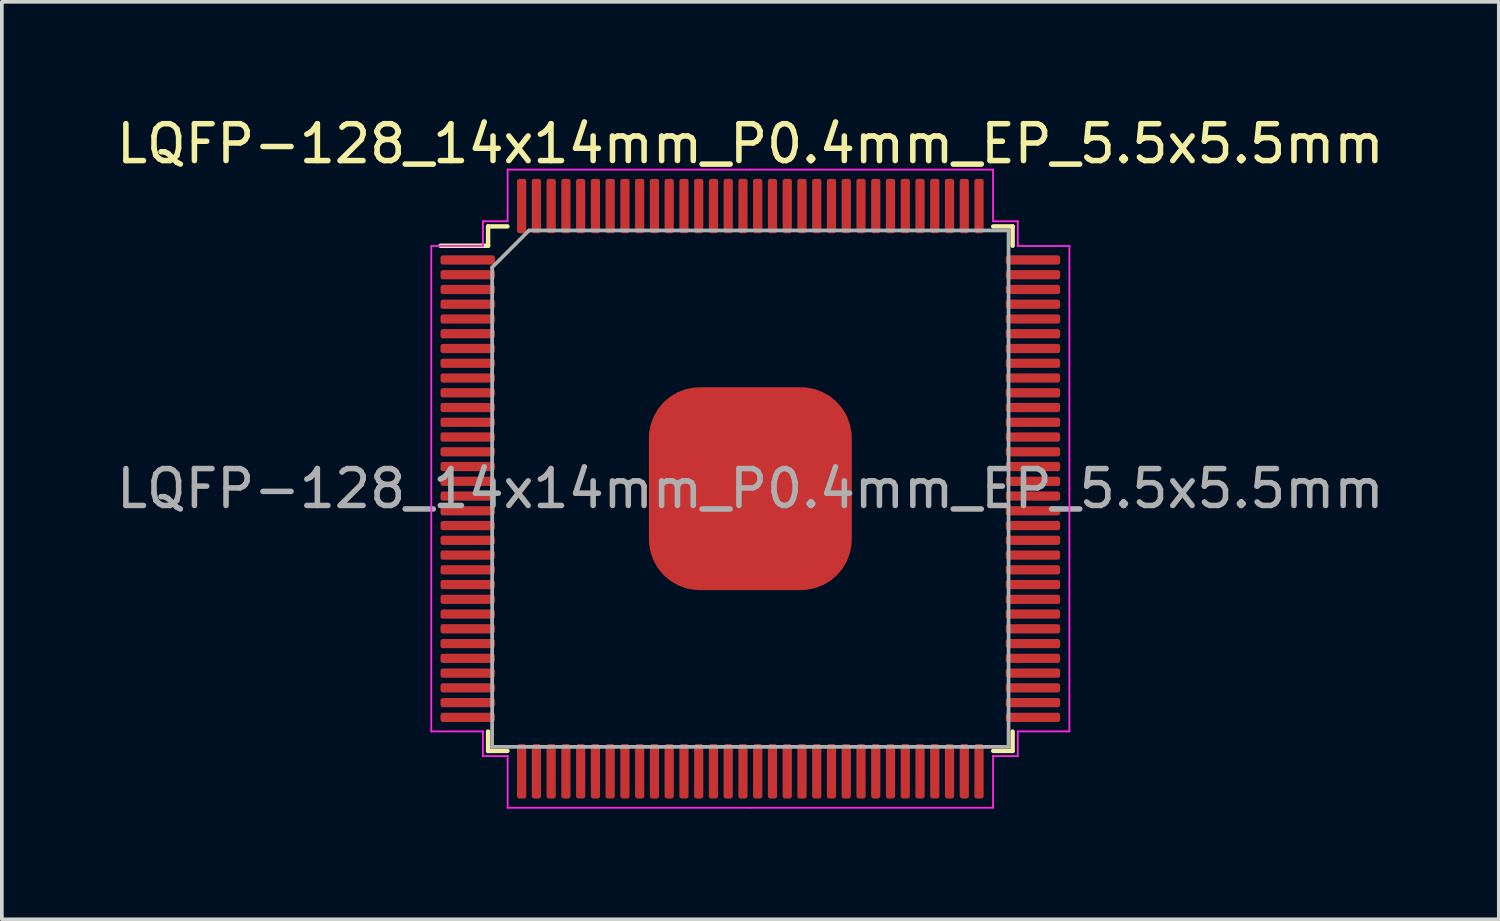
<source format=kicad_pcb>
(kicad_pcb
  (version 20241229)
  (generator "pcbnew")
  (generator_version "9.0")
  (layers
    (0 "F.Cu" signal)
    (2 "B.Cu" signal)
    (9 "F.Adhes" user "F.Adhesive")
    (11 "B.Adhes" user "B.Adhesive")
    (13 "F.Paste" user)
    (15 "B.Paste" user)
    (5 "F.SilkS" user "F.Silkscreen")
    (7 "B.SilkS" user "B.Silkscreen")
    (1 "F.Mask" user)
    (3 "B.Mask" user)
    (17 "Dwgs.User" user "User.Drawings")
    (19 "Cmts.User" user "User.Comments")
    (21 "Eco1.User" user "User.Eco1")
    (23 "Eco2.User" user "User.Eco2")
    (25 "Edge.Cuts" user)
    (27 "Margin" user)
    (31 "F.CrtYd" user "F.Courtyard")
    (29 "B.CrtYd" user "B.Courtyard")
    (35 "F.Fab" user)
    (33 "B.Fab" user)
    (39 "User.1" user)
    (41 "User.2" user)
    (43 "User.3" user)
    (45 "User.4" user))
  (footprint "LQFP-128_14x14mm_P0.4mm_EP_5.5x5.5mm"
    (layer "F.Cu")
    (at 17.292 10.198)
    (property "Reference" "LQFP-128_14x14mm_P0.4mm_EP_5.5x5.5mm" (at 0 -9.35 0) (layer "F.SilkS") (effects (font (size 1 1) (thickness 0.15))))
    (attr smd)
    (fp_line (start -7.11 -7.11) (end -7.11 -6.585) (stroke (width 0.12) (type solid)) (layer "F.SilkS"))
    (fp_line (start -7.11 -6.585) (end -8.4 -6.585) (stroke (width 0.12) (type solid)) (layer "F.SilkS"))
    (fp_line (start -7.11 7.11) (end -7.11 6.585) (stroke (width 0.12) (type solid)) (layer "F.SilkS"))
    (fp_line (start -6.585 -7.11) (end -7.11 -7.11) (stroke (width 0.12) (type solid)) (layer "F.SilkS"))
    (fp_line (start -6.585 7.11) (end -7.11 7.11) (stroke (width 0.12) (type solid)) (layer "F.SilkS"))
    (fp_line (start 6.585 -7.11) (end 7.11 -7.11) (stroke (width 0.12) (type solid)) (layer "F.SilkS"))
    (fp_line (start 6.585 7.11) (end 7.11 7.11) (stroke (width 0.12) (type solid)) (layer "F.SilkS"))
    (fp_line (start 7.11 -7.11) (end 7.11 -6.585) (stroke (width 0.12) (type solid)) (layer "F.SilkS"))
    (fp_line (start 7.11 7.11) (end 7.11 6.585) (stroke (width 0.12) (type solid)) (layer "F.SilkS"))
    (fp_rect (start -2.3 -2.3) (end -1.1 -1.1) (stroke (width 0.05) (type solid)) (fill yes) (layer "F.Paste"))
    (fp_rect (start -2.3 -0.6) (end -1.1 0.6) (stroke (width 0.05) (type solid)) (fill yes) (layer "F.Paste"))
    (fp_rect (start -2.3 1.1) (end -1.1 2.3) (stroke (width 0.05) (type solid)) (fill yes) (layer "F.Paste"))
    (fp_rect (start -0.6 -2.3) (end 0.6 -1.1) (stroke (width 0.05) (type solid)) (fill yes) (layer "F.Paste"))
    (fp_rect (start -0.6 -0.6) (end 0.6 0.6) (stroke (width 0.05) (type solid)) (fill yes) (layer "F.Paste"))
    (fp_rect (start -0.6 1.1) (end 0.6 2.3) (stroke (width 0.05) (type solid)) (fill yes) (layer "F.Paste"))
    (fp_rect (start 1.1 -2.3) (end 2.3 -1.1) (stroke (width 0.05) (type solid)) (fill yes) (layer "F.Paste"))
    (fp_rect (start 1.1 -0.6) (end 2.3 0.6) (stroke (width 0.05) (type solid)) (fill yes) (layer "F.Paste"))
    (fp_rect (start 1.1 1.1) (end 2.3 2.3) (stroke (width 0.05) (type solid)) (fill yes) (layer "F.Paste"))
    (fp_line (start -8.65 -6.58) (end -8.65 0) (stroke (width 0.05) (type solid)) (layer "F.CrtYd"))
    (fp_line (start -8.65 6.58) (end -8.65 0) (stroke (width 0.05) (type solid)) (layer "F.CrtYd"))
    (fp_line (start -7.25 -7.25) (end -7.25 -6.58) (stroke (width 0.05) (type solid)) (layer "F.CrtYd"))
    (fp_line (start -7.25 -6.58) (end -8.65 -6.58) (stroke (width 0.05) (type solid)) (layer "F.CrtYd"))
    (fp_line (start -7.25 6.58) (end -8.65 6.58) (stroke (width 0.05) (type solid)) (layer "F.CrtYd"))
    (fp_line (start -7.25 7.25) (end -7.25 6.58) (stroke (width 0.05) (type solid)) (layer "F.CrtYd"))
    (fp_line (start -6.58 -8.65) (end -6.58 -7.25) (stroke (width 0.05) (type solid)) (layer "F.CrtYd"))
    (fp_line (start -6.58 -7.25) (end -7.25 -7.25) (stroke (width 0.05) (type solid)) (layer "F.CrtYd"))
    (fp_line (start -6.58 7.25) (end -7.25 7.25) (stroke (width 0.05) (type solid)) (layer "F.CrtYd"))
    (fp_line (start -6.58 8.65) (end -6.58 7.25) (stroke (width 0.05) (type solid)) (layer "F.CrtYd"))
    (fp_line (start 0 -8.65) (end -6.58 -8.65) (stroke (width 0.05) (type solid)) (layer "F.CrtYd"))
    (fp_line (start 0 -8.65) (end 6.58 -8.65) (stroke (width 0.05) (type solid)) (layer "F.CrtYd"))
    (fp_line (start 0 8.65) (end -6.58 8.65) (stroke (width 0.05) (type solid)) (layer "F.CrtYd"))
    (fp_line (start 0 8.65) (end 6.58 8.65) (stroke (width 0.05) (type solid)) (layer "F.CrtYd"))
    (fp_line (start 6.58 -8.65) (end 6.58 -7.25) (stroke (width 0.05) (type solid)) (layer "F.CrtYd"))
    (fp_line (start 6.58 -7.25) (end 7.25 -7.25) (stroke (width 0.05) (type solid)) (layer "F.CrtYd"))
    (fp_line (start 6.58 7.25) (end 7.25 7.25) (stroke (width 0.05) (type solid)) (layer "F.CrtYd"))
    (fp_line (start 6.58 8.65) (end 6.58 7.25) (stroke (width 0.05) (type solid)) (layer "F.CrtYd"))
    (fp_line (start 7.25 -7.25) (end 7.25 -6.58) (stroke (width 0.05) (type solid)) (layer "F.CrtYd"))
    (fp_line (start 7.25 -6.58) (end 8.65 -6.58) (stroke (width 0.05) (type solid)) (layer "F.CrtYd"))
    (fp_line (start 7.25 6.58) (end 8.65 6.58) (stroke (width 0.05) (type solid)) (layer "F.CrtYd"))
    (fp_line (start 7.25 7.25) (end 7.25 6.58) (stroke (width 0.05) (type solid)) (layer "F.CrtYd"))
    (fp_line (start 8.65 -6.58) (end 8.65 0) (stroke (width 0.05) (type solid)) (layer "F.CrtYd"))
    (fp_line (start 8.65 6.58) (end 8.65 0) (stroke (width 0.05) (type solid)) (layer "F.CrtYd"))
    (fp_line (start -7 -6) (end -6 -7) (stroke (width 0.1) (type solid)) (layer "F.Fab"))
    (fp_line (start -7 7) (end -7 -6) (stroke (width 0.1) (type solid)) (layer "F.Fab"))
    (fp_line (start -6 -7) (end 7 -7) (stroke (width 0.1) (type solid)) (layer "F.Fab"))
    (fp_line (start 7 -7) (end 7 7) (stroke (width 0.1) (type solid)) (layer "F.Fab"))
    (fp_line (start 7 7) (end -7 7) (stroke (width 0.1) (type solid)) (layer "F.Fab"))
    (fp_text user "${REFERENCE}" (at 0 0 0) (layer "F.Fab") (effects (font (size 1 1) (thickness 0.15))))
    (pad "1" smd roundrect (at -7.662 -6.2) (size 1.475 0.25) (layers "F.Cu" "F.Mask" "F.Paste") (roundrect_rratio 0.25))
    (pad "2" smd roundrect (at -7.662 -5.8) (size 1.475 0.25) (layers "F.Cu" "F.Mask" "F.Paste") (roundrect_rratio 0.25))
    (pad "3" smd roundrect (at -7.662 -5.4) (size 1.475 0.25) (layers "F.Cu" "F.Mask" "F.Paste") (roundrect_rratio 0.25))
    (pad "4" smd roundrect (at -7.662 -5) (size 1.475 0.25) (layers "F.Cu" "F.Mask" "F.Paste") (roundrect_rratio 0.25))
    (pad "5" smd roundrect (at -7.662 -4.6) (size 1.475 0.25) (layers "F.Cu" "F.Mask" "F.Paste") (roundrect_rratio 0.25))
    (pad "6" smd roundrect (at -7.662 -4.2) (size 1.475 0.25) (layers "F.Cu" "F.Mask" "F.Paste") (roundrect_rratio 0.25))
    (pad "7" smd roundrect (at -7.662 -3.8) (size 1.475 0.25) (layers "F.Cu" "F.Mask" "F.Paste") (roundrect_rratio 0.25))
    (pad "8" smd roundrect (at -7.662 -3.4) (size 1.475 0.25) (layers "F.Cu" "F.Mask" "F.Paste") (roundrect_rratio 0.25))
    (pad "9" smd roundrect (at -7.662 -3) (size 1.475 0.25) (layers "F.Cu" "F.Mask" "F.Paste") (roundrect_rratio 0.25))
    (pad "10" smd roundrect (at -7.662 -2.6) (size 1.475 0.25) (layers "F.Cu" "F.Mask" "F.Paste") (roundrect_rratio 0.25))
    (pad "11" smd roundrect (at -7.662 -2.2) (size 1.475 0.25) (layers "F.Cu" "F.Mask" "F.Paste") (roundrect_rratio 0.25))
    (pad "12" smd roundrect (at -7.662 -1.8) (size 1.475 0.25) (layers "F.Cu" "F.Mask" "F.Paste") (roundrect_rratio 0.25))
    (pad "13" smd roundrect (at -7.662 -1.4) (size 1.475 0.25) (layers "F.Cu" "F.Mask" "F.Paste") (roundrect_rratio 0.25))
    (pad "14" smd roundrect (at -7.662 -1) (size 1.475 0.25) (layers "F.Cu" "F.Mask" "F.Paste") (roundrect_rratio 0.25))
    (pad "15" smd roundrect (at -7.662 -0.6) (size 1.475 0.25) (layers "F.Cu" "F.Mask" "F.Paste") (roundrect_rratio 0.25))
    (pad "16" smd roundrect (at -7.662 -0.2) (size 1.475 0.25) (layers "F.Cu" "F.Mask" "F.Paste") (roundrect_rratio 0.25))
    (pad "17" smd roundrect (at -7.662 0.2) (size 1.475 0.25) (layers "F.Cu" "F.Mask" "F.Paste") (roundrect_rratio 0.25))
    (pad "18" smd roundrect (at -7.662 0.6) (size 1.475 0.25) (layers "F.Cu" "F.Mask" "F.Paste") (roundrect_rratio 0.25))
    (pad "19" smd roundrect (at -7.662 1) (size 1.475 0.25) (layers "F.Cu" "F.Mask" "F.Paste") (roundrect_rratio 0.25))
    (pad "20" smd roundrect (at -7.662 1.4) (size 1.475 0.25) (layers "F.Cu" "F.Mask" "F.Paste") (roundrect_rratio 0.25))
    (pad "21" smd roundrect (at -7.662 1.8) (size 1.475 0.25) (layers "F.Cu" "F.Mask" "F.Paste") (roundrect_rratio 0.25))
    (pad "22" smd roundrect (at -7.662 2.2) (size 1.475 0.25) (layers "F.Cu" "F.Mask" "F.Paste") (roundrect_rratio 0.25))
    (pad "23" smd roundrect (at -7.662 2.6) (size 1.475 0.25) (layers "F.Cu" "F.Mask" "F.Paste") (roundrect_rratio 0.25))
    (pad "24" smd roundrect (at -7.662 3) (size 1.475 0.25) (layers "F.Cu" "F.Mask" "F.Paste") (roundrect_rratio 0.25))
    (pad "25" smd roundrect (at -7.662 3.4) (size 1.475 0.25) (layers "F.Cu" "F.Mask" "F.Paste") (roundrect_rratio 0.25))
    (pad "26" smd roundrect (at -7.662 3.8) (size 1.475 0.25) (layers "F.Cu" "F.Mask" "F.Paste") (roundrect_rratio 0.25))
    (pad "27" smd roundrect (at -7.662 4.2) (size 1.475 0.25) (layers "F.Cu" "F.Mask" "F.Paste") (roundrect_rratio 0.25))
    (pad "28" smd roundrect (at -7.662 4.6) (size 1.475 0.25) (layers "F.Cu" "F.Mask" "F.Paste") (roundrect_rratio 0.25))
    (pad "29" smd roundrect (at -7.662 5) (size 1.475 0.25) (layers "F.Cu" "F.Mask" "F.Paste") (roundrect_rratio 0.25))
    (pad "30" smd roundrect (at -7.662 5.4) (size 1.475 0.25) (layers "F.Cu" "F.Mask" "F.Paste") (roundrect_rratio 0.25))
    (pad "31" smd roundrect (at -7.662 5.8) (size 1.475 0.25) (layers "F.Cu" "F.Mask" "F.Paste") (roundrect_rratio 0.25))
    (pad "32" smd roundrect (at -7.662 6.2) (size 1.475 0.25) (layers "F.Cu" "F.Mask" "F.Paste") (roundrect_rratio 0.25))
    (pad "33" smd roundrect (at -6.2 7.662) (size 0.25 1.475) (layers "F.Cu" "F.Mask" "F.Paste") (roundrect_rratio 0.25))
    (pad "34" smd roundrect (at -5.8 7.662) (size 0.25 1.475) (layers "F.Cu" "F.Mask" "F.Paste") (roundrect_rratio 0.25))
    (pad "35" smd roundrect (at -5.4 7.662) (size 0.25 1.475) (layers "F.Cu" "F.Mask" "F.Paste") (roundrect_rratio 0.25))
    (pad "36" smd roundrect (at -5 7.662) (size 0.25 1.475) (layers "F.Cu" "F.Mask" "F.Paste") (roundrect_rratio 0.25))
    (pad "37" smd roundrect (at -4.6 7.662) (size 0.25 1.475) (layers "F.Cu" "F.Mask" "F.Paste") (roundrect_rratio 0.25))
    (pad "38" smd roundrect (at -4.2 7.662) (size 0.25 1.475) (layers "F.Cu" "F.Mask" "F.Paste") (roundrect_rratio 0.25))
    (pad "39" smd roundrect (at -3.8 7.662) (size 0.25 1.475) (layers "F.Cu" "F.Mask" "F.Paste") (roundrect_rratio 0.25))
    (pad "40" smd roundrect (at -3.4 7.662) (size 0.25 1.475) (layers "F.Cu" "F.Mask" "F.Paste") (roundrect_rratio 0.25))
    (pad "41" smd roundrect (at -3 7.662) (size 0.25 1.475) (layers "F.Cu" "F.Mask" "F.Paste") (roundrect_rratio 0.25))
    (pad "42" smd roundrect (at -2.6 7.662) (size 0.25 1.475) (layers "F.Cu" "F.Mask" "F.Paste") (roundrect_rratio 0.25))
    (pad "43" smd roundrect (at -2.2 7.662) (size 0.25 1.475) (layers "F.Cu" "F.Mask" "F.Paste") (roundrect_rratio 0.25))
    (pad "44" smd roundrect (at -1.8 7.662) (size 0.25 1.475) (layers "F.Cu" "F.Mask" "F.Paste") (roundrect_rratio 0.25))
    (pad "45" smd roundrect (at -1.4 7.662) (size 0.25 1.475) (layers "F.Cu" "F.Mask" "F.Paste") (roundrect_rratio 0.25))
    (pad "46" smd roundrect (at -1 7.662) (size 0.25 1.475) (layers "F.Cu" "F.Mask" "F.Paste") (roundrect_rratio 0.25))
    (pad "47" smd roundrect (at -0.6 7.662) (size 0.25 1.475) (layers "F.Cu" "F.Mask" "F.Paste") (roundrect_rratio 0.25))
    (pad "48" smd roundrect (at -0.2 7.662) (size 0.25 1.475) (layers "F.Cu" "F.Mask" "F.Paste") (roundrect_rratio 0.25))
    (pad "49" smd roundrect (at 0.2 7.662) (size 0.25 1.475) (layers "F.Cu" "F.Mask" "F.Paste") (roundrect_rratio 0.25))
    (pad "50" smd roundrect (at 0.6 7.662) (size 0.25 1.475) (layers "F.Cu" "F.Mask" "F.Paste") (roundrect_rratio 0.25))
    (pad "51" smd roundrect (at 1 7.662) (size 0.25 1.475) (layers "F.Cu" "F.Mask" "F.Paste") (roundrect_rratio 0.25))
    (pad "52" smd roundrect (at 1.4 7.662) (size 0.25 1.475) (layers "F.Cu" "F.Mask" "F.Paste") (roundrect_rratio 0.25))
    (pad "53" smd roundrect (at 1.8 7.662) (size 0.25 1.475) (layers "F.Cu" "F.Mask" "F.Paste") (roundrect_rratio 0.25))
    (pad "54" smd roundrect (at 2.2 7.662) (size 0.25 1.475) (layers "F.Cu" "F.Mask" "F.Paste") (roundrect_rratio 0.25))
    (pad "55" smd roundrect (at 2.6 7.662) (size 0.25 1.475) (layers "F.Cu" "F.Mask" "F.Paste") (roundrect_rratio 0.25))
    (pad "56" smd roundrect (at 3 7.662) (size 0.25 1.475) (layers "F.Cu" "F.Mask" "F.Paste") (roundrect_rratio 0.25))
    (pad "57" smd roundrect (at 3.4 7.662) (size 0.25 1.475) (layers "F.Cu" "F.Mask" "F.Paste") (roundrect_rratio 0.25))
    (pad "58" smd roundrect (at 3.8 7.662) (size 0.25 1.475) (layers "F.Cu" "F.Mask" "F.Paste") (roundrect_rratio 0.25))
    (pad "59" smd roundrect (at 4.2 7.662) (size 0.25 1.475) (layers "F.Cu" "F.Mask" "F.Paste") (roundrect_rratio 0.25))
    (pad "60" smd roundrect (at 4.6 7.662) (size 0.25 1.475) (layers "F.Cu" "F.Mask" "F.Paste") (roundrect_rratio 0.25))
    (pad "61" smd roundrect (at 5 7.662) (size 0.25 1.475) (layers "F.Cu" "F.Mask" "F.Paste") (roundrect_rratio 0.25))
    (pad "62" smd roundrect (at 5.4 7.662) (size 0.25 1.475) (layers "F.Cu" "F.Mask" "F.Paste") (roundrect_rratio 0.25))
    (pad "63" smd roundrect (at 5.8 7.662) (size 0.25 1.475) (layers "F.Cu" "F.Mask" "F.Paste") (roundrect_rratio 0.25))
    (pad "64" smd roundrect (at 6.2 7.662) (size 0.25 1.475) (layers "F.Cu" "F.Mask" "F.Paste") (roundrect_rratio 0.25))
    (pad "65" smd roundrect (at 7.662 6.2) (size 1.475 0.25) (layers "F.Cu" "F.Mask" "F.Paste") (roundrect_rratio 0.25))
    (pad "66" smd roundrect (at 7.662 5.8) (size 1.475 0.25) (layers "F.Cu" "F.Mask" "F.Paste") (roundrect_rratio 0.25))
    (pad "67" smd roundrect (at 7.662 5.4) (size 1.475 0.25) (layers "F.Cu" "F.Mask" "F.Paste") (roundrect_rratio 0.25))
    (pad "68" smd roundrect (at 7.662 5) (size 1.475 0.25) (layers "F.Cu" "F.Mask" "F.Paste") (roundrect_rratio 0.25))
    (pad "69" smd roundrect (at 7.662 4.6) (size 1.475 0.25) (layers "F.Cu" "F.Mask" "F.Paste") (roundrect_rratio 0.25))
    (pad "70" smd roundrect (at 7.662 4.2) (size 1.475 0.25) (layers "F.Cu" "F.Mask" "F.Paste") (roundrect_rratio 0.25))
    (pad "71" smd roundrect (at 7.662 3.8) (size 1.475 0.25) (layers "F.Cu" "F.Mask" "F.Paste") (roundrect_rratio 0.25))
    (pad "72" smd roundrect (at 7.662 3.4) (size 1.475 0.25) (layers "F.Cu" "F.Mask" "F.Paste") (roundrect_rratio 0.25))
    (pad "73" smd roundrect (at 7.662 3) (size 1.475 0.25) (layers "F.Cu" "F.Mask" "F.Paste") (roundrect_rratio 0.25))
    (pad "74" smd roundrect (at 7.662 2.6) (size 1.475 0.25) (layers "F.Cu" "F.Mask" "F.Paste") (roundrect_rratio 0.25))
    (pad "75" smd roundrect (at 7.662 2.2) (size 1.475 0.25) (layers "F.Cu" "F.Mask" "F.Paste") (roundrect_rratio 0.25))
    (pad "76" smd roundrect (at 7.662 1.8) (size 1.475 0.25) (layers "F.Cu" "F.Mask" "F.Paste") (roundrect_rratio 0.25))
    (pad "77" smd roundrect (at 7.662 1.4) (size 1.475 0.25) (layers "F.Cu" "F.Mask" "F.Paste") (roundrect_rratio 0.25))
    (pad "78" smd roundrect (at 7.662 1) (size 1.475 0.25) (layers "F.Cu" "F.Mask" "F.Paste") (roundrect_rratio 0.25))
    (pad "79" smd roundrect (at 7.662 0.6) (size 1.475 0.25) (layers "F.Cu" "F.Mask" "F.Paste") (roundrect_rratio 0.25))
    (pad "80" smd roundrect (at 7.662 0.2) (size 1.475 0.25) (layers "F.Cu" "F.Mask" "F.Paste") (roundrect_rratio 0.25))
    (pad "81" smd roundrect (at 7.662 -0.2) (size 1.475 0.25) (layers "F.Cu" "F.Mask" "F.Paste") (roundrect_rratio 0.25))
    (pad "82" smd roundrect (at 7.662 -0.6) (size 1.475 0.25) (layers "F.Cu" "F.Mask" "F.Paste") (roundrect_rratio 0.25))
    (pad "83" smd roundrect (at 7.662 -1) (size 1.475 0.25) (layers "F.Cu" "F.Mask" "F.Paste") (roundrect_rratio 0.25))
    (pad "84" smd roundrect (at 7.662 -1.4) (size 1.475 0.25) (layers "F.Cu" "F.Mask" "F.Paste") (roundrect_rratio 0.25))
    (pad "85" smd roundrect (at 7.662 -1.8) (size 1.475 0.25) (layers "F.Cu" "F.Mask" "F.Paste") (roundrect_rratio 0.25))
    (pad "86" smd roundrect (at 7.662 -2.2) (size 1.475 0.25) (layers "F.Cu" "F.Mask" "F.Paste") (roundrect_rratio 0.25))
    (pad "87" smd roundrect (at 7.662 -2.6) (size 1.475 0.25) (layers "F.Cu" "F.Mask" "F.Paste") (roundrect_rratio 0.25))
    (pad "88" smd roundrect (at 7.662 -3) (size 1.475 0.25) (layers "F.Cu" "F.Mask" "F.Paste") (roundrect_rratio 0.25))
    (pad "89" smd roundrect (at 7.662 -3.4) (size 1.475 0.25) (layers "F.Cu" "F.Mask" "F.Paste") (roundrect_rratio 0.25))
    (pad "90" smd roundrect (at 7.662 -3.8) (size 1.475 0.25) (layers "F.Cu" "F.Mask" "F.Paste") (roundrect_rratio 0.25))
    (pad "91" smd roundrect (at 7.662 -4.2) (size 1.475 0.25) (layers "F.Cu" "F.Mask" "F.Paste") (roundrect_rratio 0.25))
    (pad "92" smd roundrect (at 7.662 -4.6) (size 1.475 0.25) (layers "F.Cu" "F.Mask" "F.Paste") (roundrect_rratio 0.25))
    (pad "93" smd roundrect (at 7.662 -5) (size 1.475 0.25) (layers "F.Cu" "F.Mask" "F.Paste") (roundrect_rratio 0.25))
    (pad "94" smd roundrect (at 7.662 -5.4) (size 1.475 0.25) (layers "F.Cu" "F.Mask" "F.Paste") (roundrect_rratio 0.25))
    (pad "95" smd roundrect (at 7.662 -5.8) (size 1.475 0.25) (layers "F.Cu" "F.Mask" "F.Paste") (roundrect_rratio 0.25))
    (pad "96" smd roundrect (at 7.662 -6.2) (size 1.475 0.25) (layers "F.Cu" "F.Mask" "F.Paste") (roundrect_rratio 0.25))
    (pad "97" smd roundrect (at 6.2 -7.662) (size 0.25 1.475) (layers "F.Cu" "F.Mask" "F.Paste") (roundrect_rratio 0.25))
    (pad "98" smd roundrect (at 5.8 -7.662) (size 0.25 1.475) (layers "F.Cu" "F.Mask" "F.Paste") (roundrect_rratio 0.25))
    (pad "99" smd roundrect (at 5.4 -7.662) (size 0.25 1.475) (layers "F.Cu" "F.Mask" "F.Paste") (roundrect_rratio 0.25))
    (pad "100" smd roundrect (at 5 -7.662) (size 0.25 1.475) (layers "F.Cu" "F.Mask" "F.Paste") (roundrect_rratio 0.25))
    (pad "101" smd roundrect (at 4.6 -7.662) (size 0.25 1.475) (layers "F.Cu" "F.Mask" "F.Paste") (roundrect_rratio 0.25))
    (pad "102" smd roundrect (at 4.2 -7.662) (size 0.25 1.475) (layers "F.Cu" "F.Mask" "F.Paste") (roundrect_rratio 0.25))
    (pad "103" smd roundrect (at 3.8 -7.662) (size 0.25 1.475) (layers "F.Cu" "F.Mask" "F.Paste") (roundrect_rratio 0.25))
    (pad "104" smd roundrect (at 3.4 -7.662) (size 0.25 1.475) (layers "F.Cu" "F.Mask" "F.Paste") (roundrect_rratio 0.25))
    (pad "105" smd roundrect (at 3 -7.662) (size 0.25 1.475) (layers "F.Cu" "F.Mask" "F.Paste") (roundrect_rratio 0.25))
    (pad "106" smd roundrect (at 2.6 -7.662) (size 0.25 1.475) (layers "F.Cu" "F.Mask" "F.Paste") (roundrect_rratio 0.25))
    (pad "107" smd roundrect (at 2.2 -7.662) (size 0.25 1.475) (layers "F.Cu" "F.Mask" "F.Paste") (roundrect_rratio 0.25))
    (pad "108" smd roundrect (at 1.8 -7.662) (size 0.25 1.475) (layers "F.Cu" "F.Mask" "F.Paste") (roundrect_rratio 0.25))
    (pad "109" smd roundrect (at 1.4 -7.662) (size 0.25 1.475) (layers "F.Cu" "F.Mask" "F.Paste") (roundrect_rratio 0.25))
    (pad "110" smd roundrect (at 1 -7.662) (size 0.25 1.475) (layers "F.Cu" "F.Mask" "F.Paste") (roundrect_rratio 0.25))
    (pad "111" smd roundrect (at 0.6 -7.662) (size 0.25 1.475) (layers "F.Cu" "F.Mask" "F.Paste") (roundrect_rratio 0.25))
    (pad "112" smd roundrect (at 0.2 -7.662) (size 0.25 1.475) (layers "F.Cu" "F.Mask" "F.Paste") (roundrect_rratio 0.25))
    (pad "113" smd roundrect (at -0.2 -7.662) (size 0.25 1.475) (layers "F.Cu" "F.Mask" "F.Paste") (roundrect_rratio 0.25))
    (pad "114" smd roundrect (at -0.6 -7.662) (size 0.25 1.475) (layers "F.Cu" "F.Mask" "F.Paste") (roundrect_rratio 0.25))
    (pad "115" smd roundrect (at -1 -7.662) (size 0.25 1.475) (layers "F.Cu" "F.Mask" "F.Paste") (roundrect_rratio 0.25))
    (pad "116" smd roundrect (at -1.4 -7.662) (size 0.25 1.475) (layers "F.Cu" "F.Mask" "F.Paste") (roundrect_rratio 0.25))
    (pad "117" smd roundrect (at -1.8 -7.662) (size 0.25 1.475) (layers "F.Cu" "F.Mask" "F.Paste") (roundrect_rratio 0.25))
    (pad "118" smd roundrect (at -2.2 -7.662) (size 0.25 1.475) (layers "F.Cu" "F.Mask" "F.Paste") (roundrect_rratio 0.25))
    (pad "119" smd roundrect (at -2.6 -7.662) (size 0.25 1.475) (layers "F.Cu" "F.Mask" "F.Paste") (roundrect_rratio 0.25))
    (pad "120" smd roundrect (at -3 -7.662) (size 0.25 1.475) (layers "F.Cu" "F.Mask" "F.Paste") (roundrect_rratio 0.25))
    (pad "121" smd roundrect (at -3.4 -7.662) (size 0.25 1.475) (layers "F.Cu" "F.Mask" "F.Paste") (roundrect_rratio 0.25))
    (pad "122" smd roundrect (at -3.8 -7.662) (size 0.25 1.475) (layers "F.Cu" "F.Mask" "F.Paste") (roundrect_rratio 0.25))
    (pad "123" smd roundrect (at -4.2 -7.662) (size 0.25 1.475) (layers "F.Cu" "F.Mask" "F.Paste") (roundrect_rratio 0.25))
    (pad "124" smd roundrect (at -4.6 -7.662) (size 0.25 1.475) (layers "F.Cu" "F.Mask" "F.Paste") (roundrect_rratio 0.25))
    (pad "125" smd roundrect (at -5 -7.662) (size 0.25 1.475) (layers "F.Cu" "F.Mask" "F.Paste") (roundrect_rratio 0.25))
    (pad "126" smd roundrect (at -5.4 -7.662) (size 0.25 1.475) (layers "F.Cu" "F.Mask" "F.Paste") (roundrect_rratio 0.25))
    (pad "127" smd roundrect (at -5.8 -7.662) (size 0.25 1.475) (layers "F.Cu" "F.Mask" "F.Paste") (roundrect_rratio 0.25))
    (pad "128" smd roundrect (at -6.2 -7.662) (size 0.25 1.475) (layers "F.Cu" "F.Mask" "F.Paste") (roundrect_rratio 0.25))
    (pad "129" smd roundrect (at 0 0) (size 5.5 5.5) (layers "F.Cu" "F.Mask") (roundrect_rratio 0.25)))
  (gr_rect
    (start -3 -3)
    (end 37.583 21.873)
    (stroke (width 0.1) (type default))
    (fill no)
    (layer "Edge.Cuts")))
</source>
